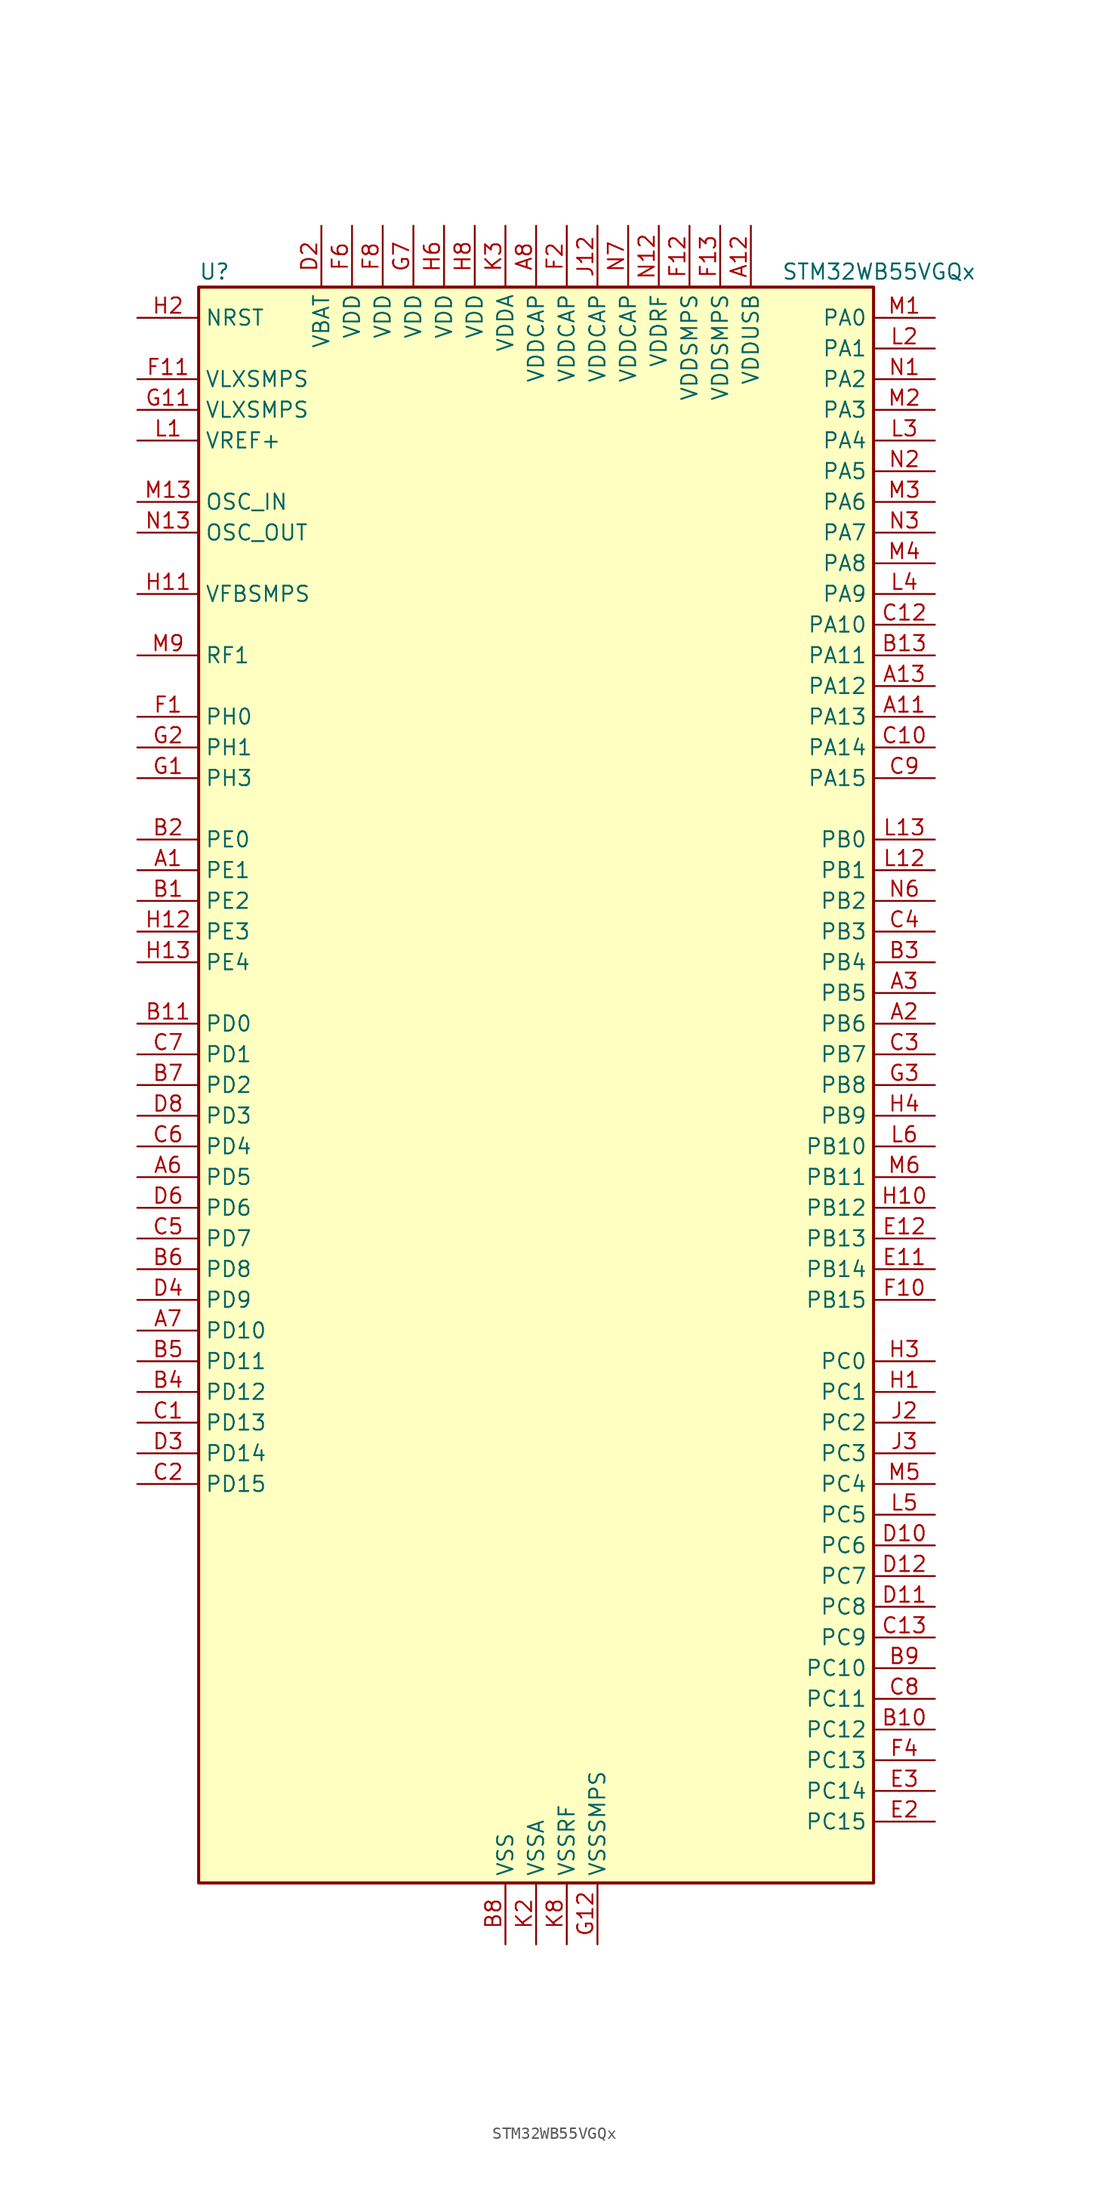
<source format=kicad_sym>
(kicad_symbol_lib
  (version 20220914)
  (generator kicad_symbol_editor)
  (symbol "STM32WB55VGQx"
    (property "Reference" "U"
      (at -27.94 67.31 0)
      (effects (font (size 1.27 1.27)) (justify left)))
    (property "Value" "STM32WB55VGQx"
      (at 20.32 67.31 0)
      (effects (font (size 1.27 1.27)) (justify left)))
    (property "ki_locked" ""
      (at 0 0 0)
      (effects (font (size 1.27 1.27))))
    (symbol "STM32WB55VGQx_0_1"
      (rectangle (start -27.94 -66.04) (end 27.94 66.04) (stroke (width 0.254) (type default)) (fill (type background))))
    (symbol "STM32WB55VGQx_1_1"
      (pin bidirectional line (at -33.02 17.78 0) (length 5.08) (name "PE1" (effects (font (size 1.27 1.27)))) (number "A1" (effects (font (size 1.27 1.27)))) (alternate "LCD_SEG37" bidirectional line) (alternate "TIM17_CH1" bidirectional line) (alternate "TSC_G7_IO2" bidirectional line))
      (pin bidirectional line (at 33.02 30.48 180) (length 5.08) (name "PA13" (effects (font (size 1.27 1.27)))) (number "A11" (effects (font (size 1.27 1.27)))) (alternate "IR_OUT" bidirectional line) (alternate "SAI1_SD_B" bidirectional line) (alternate "SYS_JTMS-SWDIO" bidirectional line) (alternate "USB_NOE" bidirectional line))
      (pin power_in line (at 17.78 71.12 270) (length 5.08) (name "VDDUSB" (effects (font (size 1.27 1.27)))) (number "A12" (effects (font (size 1.27 1.27)))))
      (pin bidirectional line (at 33.02 33.02 180) (length 5.08) (name "PA12" (effects (font (size 1.27 1.27)))) (number "A13" (effects (font (size 1.27 1.27)))) (alternate "LPUART1_RX" bidirectional line) (alternate "SPI1_MOSI" bidirectional line) (alternate "TIM1_ETR" bidirectional line) (alternate "USART1_DE" bidirectional line) (alternate "USART1_RTS" bidirectional line) (alternate "USB_DP" bidirectional line))
      (pin bidirectional line (at 33.02 5.08 180) (length 5.08) (name "PB6" (effects (font (size 1.27 1.27)))) (number "A2" (effects (font (size 1.27 1.27)))) (alternate "COMP2_INP" bidirectional line) (alternate "I2C1_SCL" bidirectional line) (alternate "LCD_SEG6" bidirectional line) (alternate "LPTIM1_ETR" bidirectional line) (alternate "RCC_MCO" bidirectional line) (alternate "SAI1_FS_B" bidirectional line) (alternate "TIM16_CH1N" bidirectional line) (alternate "TSC_G2_IO3" bidirectional line) (alternate "USART1_TX" bidirectional line))
      (pin bidirectional line (at 33.02 7.62 180) (length 5.08) (name "PB5" (effects (font (size 1.27 1.27)))) (number "A3" (effects (font (size 1.27 1.27)))) (alternate "COMP2_OUT" bidirectional line) (alternate "I2C1_SMBA" bidirectional line) (alternate "LCD_SEG9" bidirectional line) (alternate "LPTIM1_IN1" bidirectional line) (alternate "LPUART1_TX" bidirectional line) (alternate "SAI1_SD_B" bidirectional line) (alternate "SPI1_MOSI" bidirectional line) (alternate "TIM16_BKIN" bidirectional line) (alternate "TSC_G2_IO2" bidirectional line) (alternate "USART1_CK" bidirectional line))
      (pin bidirectional line (at -33.02 -7.62 0) (length 5.08) (name "PD5" (effects (font (size 1.27 1.27)))) (number "A6" (effects (font (size 1.27 1.27)))) (alternate "QUADSPI_BK1_IO1" bidirectional line) (alternate "SAI1_MCLK_B" bidirectional line) (alternate "TSC_G5_IO2" bidirectional line))
      (pin bidirectional line (at -33.02 -20.32 0) (length 5.08) (name "PD10" (effects (font (size 1.27 1.27)))) (number "A7" (effects (font (size 1.27 1.27)))) (alternate "LCD_SEG30" bidirectional line) (alternate "SYS_TRIG_INOUT" bidirectional line) (alternate "TSC_G6_IO1" bidirectional line))
      (pin power_in line (at 0 71.12 270) (length 5.08) (name "VDDCAP" (effects (font (size 1.27 1.27)))) (number "A8" (effects (font (size 1.27 1.27)))))
      (pin bidirectional line (at -33.02 15.24 0) (length 5.08) (name "PE2" (effects (font (size 1.27 1.27)))) (number "B1" (effects (font (size 1.27 1.27)))) (alternate "LCD_SEG38" bidirectional line) (alternate "SAI1_CK1" bidirectional line) (alternate "SAI1_MCLK_A" bidirectional line) (alternate "SYS_TRACECLK" bidirectional line) (alternate "TSC_G7_IO1" bidirectional line))
      (pin bidirectional line (at 33.02 -53.34 180) (length 5.08) (name "PC12" (effects (font (size 1.27 1.27)))) (number "B10" (effects (font (size 1.27 1.27)))) (alternate "LCD_COM6" bidirectional line) (alternate "LCD_SEG30" bidirectional line) (alternate "LCD_SEG42" bidirectional line) (alternate "RCC_LSCO" bidirectional line) (alternate "RTC_TAMP3" bidirectional line) (alternate "SYS_TRACED3" bidirectional line) (alternate "SYS_WKUP3" bidirectional line) (alternate "TSC_G3_IO4" bidirectional line))
      (pin bidirectional line (at -33.02 5.08 0) (length 5.08) (name "PD0" (effects (font (size 1.27 1.27)))) (number "B11" (effects (font (size 1.27 1.27)))) (alternate "SPI2_NSS" bidirectional line))
      (pin passive line (at -2.54 -71.12 90) (length 5.08) hide (name "VSS" (effects (font (size 1.27 1.27)))) (number "B12" (effects (font (size 1.27 1.27)))))
      (pin bidirectional line (at 33.02 35.56 180) (length 5.08) (name "PA11" (effects (font (size 1.27 1.27)))) (number "B13" (effects (font (size 1.27 1.27)))) (alternate "ADC1_EXTI11" bidirectional line) (alternate "SPI1_MISO" bidirectional line) (alternate "TIM1_BKIN2" bidirectional line) (alternate "TIM1_CH4" bidirectional line) (alternate "USART1_CTS" bidirectional line) (alternate "USART1_NSS" bidirectional line) (alternate "USB_DM" bidirectional line))
      (pin bidirectional line (at -33.02 20.32 0) (length 5.08) (name "PE0" (effects (font (size 1.27 1.27)))) (number "B2" (effects (font (size 1.27 1.27)))) (alternate "LCD_SEG36" bidirectional line) (alternate "TIM16_CH1" bidirectional line) (alternate "TIM1_ETR" bidirectional line) (alternate "TSC_G7_IO3" bidirectional line))
      (pin bidirectional line (at 33.02 10.16 180) (length 5.08) (name "PB4" (effects (font (size 1.27 1.27)))) (number "B3" (effects (font (size 1.27 1.27)))) (alternate "COMP2_INP" bidirectional line) (alternate "I2C3_SDA" bidirectional line) (alternate "LCD_SEG8" bidirectional line) (alternate "SAI1_MCLK_B" bidirectional line) (alternate "SPI1_MISO" bidirectional line) (alternate "SYS_JTRST" bidirectional line) (alternate "TIM17_BKIN" bidirectional line) (alternate "TSC_G2_IO1" bidirectional line) (alternate "USART1_CTS" bidirectional line) (alternate "USART1_NSS" bidirectional line))
      (pin bidirectional line (at -33.02 -25.4 0) (length 5.08) (name "PD12" (effects (font (size 1.27 1.27)))) (number "B4" (effects (font (size 1.27 1.27)))) (alternate "LCD_SEG32" bidirectional line) (alternate "LPTIM2_IN1" bidirectional line) (alternate "TSC_G6_IO3" bidirectional line))
      (pin bidirectional line (at -33.02 -22.86 0) (length 5.08) (name "PD11" (effects (font (size 1.27 1.27)))) (number "B5" (effects (font (size 1.27 1.27)))) (alternate "ADC1_EXTI11" bidirectional line) (alternate "LCD_SEG31" bidirectional line) (alternate "LPTIM2_ETR" bidirectional line) (alternate "TSC_G6_IO2" bidirectional line))
      (pin bidirectional line (at -33.02 -15.24 0) (length 5.08) (name "PD8" (effects (font (size 1.27 1.27)))) (number "B6" (effects (font (size 1.27 1.27)))) (alternate "LCD_SEG28" bidirectional line) (alternate "TIM1_BKIN2" bidirectional line))
      (pin bidirectional line (at -33.02 0 0) (length 5.08) (name "PD2" (effects (font (size 1.27 1.27)))) (number "B7" (effects (font (size 1.27 1.27)))) (alternate "LCD_COM7" bidirectional line) (alternate "LCD_SEG31" bidirectional line) (alternate "LCD_SEG43" bidirectional line) (alternate "SYS_TRACED2" bidirectional line) (alternate "TSC_SYNC" bidirectional line))
      (pin power_in line (at -2.54 -71.12 90) (length 5.08) (name "VSS" (effects (font (size 1.27 1.27)))) (number "B8" (effects (font (size 1.27 1.27)))))
      (pin bidirectional line (at 33.02 -48.26 180) (length 5.08) (name "PC10" (effects (font (size 1.27 1.27)))) (number "B9" (effects (font (size 1.27 1.27)))) (alternate "LCD_COM4" bidirectional line) (alternate "LCD_SEG28" bidirectional line) (alternate "LCD_SEG40" bidirectional line) (alternate "SYS_TRACED1" bidirectional line) (alternate "TSC_G3_IO2" bidirectional line))
      (pin bidirectional line (at -33.02 -27.94 0) (length 5.08) (name "PD13" (effects (font (size 1.27 1.27)))) (number "C1" (effects (font (size 1.27 1.27)))) (alternate "LCD_SEG33" bidirectional line) (alternate "LPTIM2_OUT" bidirectional line) (alternate "TSC_G6_IO4" bidirectional line))
      (pin bidirectional line (at 33.02 27.94 180) (length 5.08) (name "PA14" (effects (font (size 1.27 1.27)))) (number "C10" (effects (font (size 1.27 1.27)))) (alternate "I2C1_SMBA" bidirectional line) (alternate "LCD_SEG5" bidirectional line) (alternate "LPTIM1_OUT" bidirectional line) (alternate "SAI1_FS_B" bidirectional line) (alternate "SYS_JTCK-SWCLK" bidirectional line))
      (pin passive line (at -2.54 -71.12 90) (length 5.08) hide (name "VSS" (effects (font (size 1.27 1.27)))) (number "C11" (effects (font (size 1.27 1.27)))))
      (pin bidirectional line (at 33.02 38.1 180) (length 5.08) (name "PA10" (effects (font (size 1.27 1.27)))) (number "C12" (effects (font (size 1.27 1.27)))) (alternate "CRS_SYNC" bidirectional line) (alternate "I2C1_SDA" bidirectional line) (alternate "LCD_COM2" bidirectional line) (alternate "SAI1_D1" bidirectional line) (alternate "SAI1_SD_A" bidirectional line) (alternate "TIM17_BKIN" bidirectional line) (alternate "TIM1_CH3" bidirectional line) (alternate "USART1_RX" bidirectional line))
      (pin bidirectional line (at 33.02 -45.72 180) (length 5.08) (name "PC9" (effects (font (size 1.27 1.27)))) (number "C13" (effects (font (size 1.27 1.27)))) (alternate "LCD_SEG27" bidirectional line) (alternate "SAI1_SCK_B" bidirectional line) (alternate "TIM1_BKIN" bidirectional line) (alternate "TSC_G4_IO4" bidirectional line) (alternate "USB_NOE" bidirectional line))
      (pin bidirectional line (at -33.02 -33.02 0) (length 5.08) (name "PD15" (effects (font (size 1.27 1.27)))) (number "C2" (effects (font (size 1.27 1.27)))) (alternate "ADC1_EXTI15" bidirectional line) (alternate "LCD_SEG35" bidirectional line) (alternate "TIM1_CH2" bidirectional line))
      (pin bidirectional line (at 33.02 2.54 180) (length 5.08) (name "PB7" (effects (font (size 1.27 1.27)))) (number "C3" (effects (font (size 1.27 1.27)))) (alternate "COMP2_INM" bidirectional line) (alternate "I2C1_SDA" bidirectional line) (alternate "LCD_SEG21" bidirectional line) (alternate "LPTIM1_IN2" bidirectional line) (alternate "SYS_PVD_IN" bidirectional line) (alternate "TIM17_CH1N" bidirectional line) (alternate "TIM1_BKIN" bidirectional line) (alternate "TSC_G2_IO4" bidirectional line) (alternate "USART1_RX" bidirectional line))
      (pin bidirectional line (at 33.02 12.7 180) (length 5.08) (name "PB3" (effects (font (size 1.27 1.27)))) (number "C4" (effects (font (size 1.27 1.27)))) (alternate "COMP2_INM" bidirectional line) (alternate "LCD_SEG7" bidirectional line) (alternate "SAI1_SCK_B" bidirectional line) (alternate "SPI1_SCK" bidirectional line) (alternate "SYS_JTDO-SWO" bidirectional line) (alternate "TIM2_CH2" bidirectional line) (alternate "USART1_DE" bidirectional line) (alternate "USART1_RTS" bidirectional line))
      (pin bidirectional line (at -33.02 -12.7 0) (length 5.08) (name "PD7" (effects (font (size 1.27 1.27)))) (number "C5" (effects (font (size 1.27 1.27)))) (alternate "LCD_SEG39" bidirectional line) (alternate "QUADSPI_BK1_IO3" bidirectional line) (alternate "TSC_G5_IO4" bidirectional line))
      (pin bidirectional line (at -33.02 -5.08 0) (length 5.08) (name "PD4" (effects (font (size 1.27 1.27)))) (number "C6" (effects (font (size 1.27 1.27)))) (alternate "QUADSPI_BK1_IO0" bidirectional line) (alternate "SPI2_MOSI" bidirectional line) (alternate "TSC_G5_IO1" bidirectional line))
      (pin bidirectional line (at -33.02 2.54 0) (length 5.08) (name "PD1" (effects (font (size 1.27 1.27)))) (number "C7" (effects (font (size 1.27 1.27)))) (alternate "SPI2_SCK" bidirectional line))
      (pin bidirectional line (at 33.02 -50.8 180) (length 5.08) (name "PC11" (effects (font (size 1.27 1.27)))) (number "C8" (effects (font (size 1.27 1.27)))) (alternate "ADC1_EXTI11" bidirectional line) (alternate "LCD_COM5" bidirectional line) (alternate "LCD_SEG29" bidirectional line) (alternate "LCD_SEG41" bidirectional line) (alternate "TSC_G3_IO3" bidirectional line))
      (pin bidirectional line (at 33.02 25.4 180) (length 5.08) (name "PA15" (effects (font (size 1.27 1.27)))) (number "C9" (effects (font (size 1.27 1.27)))) (alternate "ADC1_EXTI15" bidirectional line) (alternate "LCD_SEG17" bidirectional line) (alternate "RCC_MCO" bidirectional line) (alternate "SPI1_NSS" bidirectional line) (alternate "SYS_JTDI" bidirectional line) (alternate "TIM2_CH1" bidirectional line) (alternate "TIM2_ETR" bidirectional line) (alternate "TSC_G3_IO1" bidirectional line))
      (pin bidirectional line (at 33.02 -38.1 180) (length 5.08) (name "PC6" (effects (font (size 1.27 1.27)))) (number "D10" (effects (font (size 1.27 1.27)))) (alternate "LCD_SEG24" bidirectional line) (alternate "TSC_G4_IO1" bidirectional line))
      (pin bidirectional line (at 33.02 -43.18 180) (length 5.08) (name "PC8" (effects (font (size 1.27 1.27)))) (number "D11" (effects (font (size 1.27 1.27)))) (alternate "LCD_SEG26" bidirectional line) (alternate "TSC_G4_IO3" bidirectional line))
      (pin bidirectional line (at 33.02 -40.64 180) (length 5.08) (name "PC7" (effects (font (size 1.27 1.27)))) (number "D12" (effects (font (size 1.27 1.27)))) (alternate "LCD_SEG25" bidirectional line) (alternate "TSC_G4_IO2" bidirectional line))
      (pin power_in line (at -17.78 71.12 270) (length 5.08) (name "VBAT" (effects (font (size 1.27 1.27)))) (number "D2" (effects (font (size 1.27 1.27)))))
      (pin bidirectional line (at -33.02 -30.48 0) (length 5.08) (name "PD14" (effects (font (size 1.27 1.27)))) (number "D3" (effects (font (size 1.27 1.27)))) (alternate "LCD_SEG34" bidirectional line) (alternate "TIM1_CH1" bidirectional line))
      (pin bidirectional line (at -33.02 -17.78 0) (length 5.08) (name "PD9" (effects (font (size 1.27 1.27)))) (number "D4" (effects (font (size 1.27 1.27)))) (alternate "LCD_SEG29" bidirectional line) (alternate "SYS_TRACED0" bidirectional line))
      (pin bidirectional line (at -33.02 -10.16 0) (length 5.08) (name "PD6" (effects (font (size 1.27 1.27)))) (number "D6" (effects (font (size 1.27 1.27)))) (alternate "QUADSPI_BK1_IO2" bidirectional line) (alternate "SAI1_D1" bidirectional line) (alternate "SAI1_SD_A" bidirectional line) (alternate "TSC_G5_IO3" bidirectional line))
      (pin bidirectional line (at -33.02 -2.54 0) (length 5.08) (name "PD3" (effects (font (size 1.27 1.27)))) (number "D8" (effects (font (size 1.27 1.27)))) (alternate "QUADSPI_BK1_NCS" bidirectional line) (alternate "SPI2_MISO" bidirectional line) (alternate "SPI2_SCK" bidirectional line))
      (pin bidirectional line (at 33.02 -15.24 180) (length 5.08) (name "PB14" (effects (font (size 1.27 1.27)))) (number "E11" (effects (font (size 1.27 1.27)))) (alternate "I2C3_SDA" bidirectional line) (alternate "LCD_SEG14" bidirectional line) (alternate "SAI1_MCLK_A" bidirectional line) (alternate "SPI2_MISO" bidirectional line) (alternate "TIM1_CH2N" bidirectional line) (alternate "TSC_G1_IO3" bidirectional line))
      (pin bidirectional line (at 33.02 -12.7 180) (length 5.08) (name "PB13" (effects (font (size 1.27 1.27)))) (number "E12" (effects (font (size 1.27 1.27)))) (alternate "I2C3_SCL" bidirectional line) (alternate "LCD_SEG13" bidirectional line) (alternate "LPUART1_CTS" bidirectional line) (alternate "SAI1_SCK_A" bidirectional line) (alternate "SPI2_SCK" bidirectional line) (alternate "TIM1_CH1N" bidirectional line) (alternate "TSC_G1_IO2" bidirectional line))
      (pin bidirectional line (at 33.02 -60.96 180) (length 5.08) (name "PC15" (effects (font (size 1.27 1.27)))) (number "E2" (effects (font (size 1.27 1.27)))) (alternate "ADC1_EXTI15" bidirectional line) (alternate "RCC_OSC32_OUT" bidirectional line))
      (pin bidirectional line (at 33.02 -58.42 180) (length 5.08) (name "PC14" (effects (font (size 1.27 1.27)))) (number "E3" (effects (font (size 1.27 1.27)))) (alternate "RCC_OSC32_IN" bidirectional line))
      (pin passive line (at -2.54 -71.12 90) (length 5.08) hide (name "VSS" (effects (font (size 1.27 1.27)))) (number "E5" (effects (font (size 1.27 1.27)))))
      (pin passive line (at -2.54 -71.12 90) (length 5.08) hide (name "VSS" (effects (font (size 1.27 1.27)))) (number "E7" (effects (font (size 1.27 1.27)))))
      (pin passive line (at -2.54 -71.12 90) (length 5.08) hide (name "VSS" (effects (font (size 1.27 1.27)))) (number "E9" (effects (font (size 1.27 1.27)))))
      (pin bidirectional line (at -33.02 30.48 0) (length 5.08) (name "PH0" (effects (font (size 1.27 1.27)))) (number "F1" (effects (font (size 1.27 1.27)))))
      (pin bidirectional line (at 33.02 -17.78 180) (length 5.08) (name "PB15" (effects (font (size 1.27 1.27)))) (number "F10" (effects (font (size 1.27 1.27)))) (alternate "ADC1_EXTI15" bidirectional line) (alternate "LCD_SEG15" bidirectional line) (alternate "RTC_REFIN" bidirectional line) (alternate "SAI1_SD_A" bidirectional line) (alternate "SPI2_MOSI" bidirectional line) (alternate "TIM1_CH3N" bidirectional line) (alternate "TSC_G1_IO4" bidirectional line))
      (pin power_in line (at -33.02 58.42 0) (length 5.08) (name "VLXSMPS" (effects (font (size 1.27 1.27)))) (number "F11" (effects (font (size 1.27 1.27)))))
      (pin power_in line (at 12.7 71.12 270) (length 5.08) (name "VDDSMPS" (effects (font (size 1.27 1.27)))) (number "F12" (effects (font (size 1.27 1.27)))))
      (pin power_in line (at 15.24 71.12 270) (length 5.08) (name "VDDSMPS" (effects (font (size 1.27 1.27)))) (number "F13" (effects (font (size 1.27 1.27)))))
      (pin power_in line (at 2.54 71.12 270) (length 5.08) (name "VDDCAP" (effects (font (size 1.27 1.27)))) (number "F2" (effects (font (size 1.27 1.27)))))
      (pin passive line (at -2.54 -71.12 90) (length 5.08) hide (name "VSS" (effects (font (size 1.27 1.27)))) (number "F3" (effects (font (size 1.27 1.27)))))
      (pin bidirectional line (at 33.02 -55.88 180) (length 5.08) (name "PC13" (effects (font (size 1.27 1.27)))) (number "F4" (effects (font (size 1.27 1.27)))) (alternate "RTC_OUT1" bidirectional line) (alternate "RTC_TAMP1" bidirectional line) (alternate "RTC_TS" bidirectional line) (alternate "SYS_WKUP2" bidirectional line))
      (pin power_in line (at -15.24 71.12 270) (length 5.08) (name "VDD" (effects (font (size 1.27 1.27)))) (number "F6" (effects (font (size 1.27 1.27)))))
      (pin power_in line (at -12.7 71.12 270) (length 5.08) (name "VDD" (effects (font (size 1.27 1.27)))) (number "F8" (effects (font (size 1.27 1.27)))))
      (pin bidirectional line (at -33.02 25.4 0) (length 5.08) (name "PH3" (effects (font (size 1.27 1.27)))) (number "G1" (effects (font (size 1.27 1.27)))) (alternate "RCC_LSCO" bidirectional line))
      (pin power_in line (at -33.02 55.88 0) (length 5.08) (name "VLXSMPS" (effects (font (size 1.27 1.27)))) (number "G11" (effects (font (size 1.27 1.27)))))
      (pin power_in line (at 5.08 -71.12 90) (length 5.08) (name "VSSSMPS" (effects (font (size 1.27 1.27)))) (number "G12" (effects (font (size 1.27 1.27)))))
      (pin passive line (at 5.08 -71.12 90) (length 5.08) hide (name "VSSSMPS" (effects (font (size 1.27 1.27)))) (number "G13" (effects (font (size 1.27 1.27)))))
      (pin bidirectional line (at -33.02 27.94 0) (length 5.08) (name "PH1" (effects (font (size 1.27 1.27)))) (number "G2" (effects (font (size 1.27 1.27)))))
      (pin bidirectional line (at 33.02 0 180) (length 5.08) (name "PB8" (effects (font (size 1.27 1.27)))) (number "G3" (effects (font (size 1.27 1.27)))) (alternate "I2C1_SCL" bidirectional line) (alternate "LCD_SEG16" bidirectional line) (alternate "QUADSPI_BK1_IO1" bidirectional line) (alternate "SAI1_CK1" bidirectional line) (alternate "SAI1_MCLK_A" bidirectional line) (alternate "TIM16_CH1" bidirectional line) (alternate "TIM1_CH2N" bidirectional line))
      (pin passive line (at -2.54 -71.12 90) (length 5.08) hide (name "VSS" (effects (font (size 1.27 1.27)))) (number "G5" (effects (font (size 1.27 1.27)))))
      (pin power_in line (at -10.16 71.12 270) (length 5.08) (name "VDD" (effects (font (size 1.27 1.27)))) (number "G7" (effects (font (size 1.27 1.27)))))
      (pin passive line (at -2.54 -71.12 90) (length 5.08) hide (name "VSS" (effects (font (size 1.27 1.27)))) (number "G9" (effects (font (size 1.27 1.27)))))
      (pin bidirectional line (at 33.02 -25.4 180) (length 5.08) (name "PC1" (effects (font (size 1.27 1.27)))) (number "H1" (effects (font (size 1.27 1.27)))) (alternate "ADC1_IN2" bidirectional line) (alternate "I2C3_SDA" bidirectional line) (alternate "LCD_SEG19" bidirectional line) (alternate "LPTIM1_OUT" bidirectional line) (alternate "LPUART1_TX" bidirectional line) (alternate "SPI2_MOSI" bidirectional line))
      (pin bidirectional line (at 33.02 -10.16 180) (length 5.08) (name "PB12" (effects (font (size 1.27 1.27)))) (number "H10" (effects (font (size 1.27 1.27)))) (alternate "I2C3_SMBA" bidirectional line) (alternate "LCD_SEG12" bidirectional line) (alternate "LPUART1_DE" bidirectional line) (alternate "LPUART1_RTS" bidirectional line) (alternate "SAI1_FS_A" bidirectional line) (alternate "SPI2_NSS" bidirectional line) (alternate "TIM1_BKIN" bidirectional line) (alternate "TSC_G1_IO1" bidirectional line))
      (pin input line (at -33.02 40.64 0) (length 5.08) (name "VFBSMPS" (effects (font (size 1.27 1.27)))) (number "H11" (effects (font (size 1.27 1.27)))))
      (pin bidirectional line (at -33.02 12.7 0) (length 5.08) (name "PE3" (effects (font (size 1.27 1.27)))) (number "H12" (effects (font (size 1.27 1.27)))))
      (pin bidirectional line (at -33.02 10.16 0) (length 5.08) (name "PE4" (effects (font (size 1.27 1.27)))) (number "H13" (effects (font (size 1.27 1.27)))))
      (pin input line (at -33.02 63.5 0) (length 5.08) (name "NRST" (effects (font (size 1.27 1.27)))) (number "H2" (effects (font (size 1.27 1.27)))))
      (pin bidirectional line (at 33.02 -22.86 180) (length 5.08) (name "PC0" (effects (font (size 1.27 1.27)))) (number "H3" (effects (font (size 1.27 1.27)))) (alternate "ADC1_IN1" bidirectional line) (alternate "I2C3_SCL" bidirectional line) (alternate "LCD_SEG18" bidirectional line) (alternate "LPTIM1_IN1" bidirectional line) (alternate "LPTIM2_IN1" bidirectional line) (alternate "LPUART1_RX" bidirectional line))
      (pin bidirectional line (at 33.02 -2.54 180) (length 5.08) (name "PB9" (effects (font (size 1.27 1.27)))) (number "H4" (effects (font (size 1.27 1.27)))) (alternate "I2C1_SDA" bidirectional line) (alternate "IR_OUT" bidirectional line) (alternate "LCD_COM3" bidirectional line) (alternate "QUADSPI_BK1_IO0" bidirectional line) (alternate "SAI1_D2" bidirectional line) (alternate "SAI1_FS_A" bidirectional line) (alternate "SPI2_NSS" bidirectional line) (alternate "TIM17_CH1" bidirectional line) (alternate "TIM1_CH3N" bidirectional line) (alternate "TSC_G7_IO4" bidirectional line))
      (pin power_in line (at -7.62 71.12 270) (length 5.08) (name "VDD" (effects (font (size 1.27 1.27)))) (number "H6" (effects (font (size 1.27 1.27)))))
      (pin power_in line (at -5.08 71.12 270) (length 5.08) (name "VDD" (effects (font (size 1.27 1.27)))) (number "H8" (effects (font (size 1.27 1.27)))))
      (pin passive line (at -2.54 -71.12 90) (length 5.08) hide (name "VSS" (effects (font (size 1.27 1.27)))) (number "J11" (effects (font (size 1.27 1.27)))))
      (pin power_in line (at 5.08 71.12 270) (length 5.08) (name "VDDCAP" (effects (font (size 1.27 1.27)))) (number "J12" (effects (font (size 1.27 1.27)))))
      (pin bidirectional line (at 33.02 -27.94 180) (length 5.08) (name "PC2" (effects (font (size 1.27 1.27)))) (number "J2" (effects (font (size 1.27 1.27)))) (alternate "ADC1_IN3" bidirectional line) (alternate "LCD_SEG20" bidirectional line) (alternate "LPTIM1_IN2" bidirectional line) (alternate "SPI2_MISO" bidirectional line))
      (pin bidirectional line (at 33.02 -30.48 180) (length 5.08) (name "PC3" (effects (font (size 1.27 1.27)))) (number "J3" (effects (font (size 1.27 1.27)))) (alternate "ADC1_IN4" bidirectional line) (alternate "LCD_VLCD" bidirectional line) (alternate "LPTIM1_ETR" bidirectional line) (alternate "LPTIM2_ETR" bidirectional line) (alternate "SAI1_D1" bidirectional line) (alternate "SAI1_SD_A" bidirectional line) (alternate "SPI2_MOSI" bidirectional line))
      (pin passive line (at -2.54 -71.12 90) (length 5.08) hide (name "VSS" (effects (font (size 1.27 1.27)))) (number "J5" (effects (font (size 1.27 1.27)))))
      (pin passive line (at -2.54 -71.12 90) (length 5.08) hide (name "VSS" (effects (font (size 1.27 1.27)))) (number "J7" (effects (font (size 1.27 1.27)))))
      (pin passive line (at -2.54 -71.12 90) (length 5.08) hide (name "VSS" (effects (font (size 1.27 1.27)))) (number "J9" (effects (font (size 1.27 1.27)))))
      (pin passive line (at 2.54 -71.12 90) (length 5.08) hide (name "VSSRF" (effects (font (size 1.27 1.27)))) (number "K10" (effects (font (size 1.27 1.27)))))
      (pin no_connect line (at -27.94 -66.04 0) (length 5.08) hide (name "AT0" (effects (font (size 1.27 1.27)))) (number "K11" (effects (font (size 1.27 1.27)))))
      (pin no_connect line (at -27.94 -63.5 0) (length 5.08) hide (name "AT1" (effects (font (size 1.27 1.27)))) (number "K12" (effects (font (size 1.27 1.27)))))
      (pin power_in line (at 0 -71.12 90) (length 5.08) (name "VSSA" (effects (font (size 1.27 1.27)))) (number "K2" (effects (font (size 1.27 1.27)))))
      (pin power_in line (at -2.54 71.12 270) (length 5.08) (name "VDDA" (effects (font (size 1.27 1.27)))) (number "K3" (effects (font (size 1.27 1.27)))))
      (pin passive line (at -2.54 -71.12 90) (length 5.08) hide (name "VSS" (effects (font (size 1.27 1.27)))) (number "K4" (effects (font (size 1.27 1.27)))))
      (pin passive line (at -2.54 -71.12 90) (length 5.08) hide (name "VSS" (effects (font (size 1.27 1.27)))) (number "K6" (effects (font (size 1.27 1.27)))))
      (pin power_in line (at 2.54 -71.12 90) (length 5.08) (name "VSSRF" (effects (font (size 1.27 1.27)))) (number "K8" (effects (font (size 1.27 1.27)))))
      (pin input line (at -33.02 53.34 0) (length 5.08) (name "VREF+" (effects (font (size 1.27 1.27)))) (number "L1" (effects (font (size 1.27 1.27)))) (alternate "VREFBUF_OUT" bidirectional line))
      (pin passive line (at 2.54 -71.12 90) (length 5.08) hide (name "VSSRF" (effects (font (size 1.27 1.27)))) (number "L10" (effects (font (size 1.27 1.27)))))
      (pin passive line (at 2.54 -71.12 90) (length 5.08) hide (name "VSSRF" (effects (font (size 1.27 1.27)))) (number "L11" (effects (font (size 1.27 1.27)))))
      (pin bidirectional line (at 33.02 17.78 180) (length 5.08) (name "PB1" (effects (font (size 1.27 1.27)))) (number "L12" (effects (font (size 1.27 1.27)))) (alternate "LPTIM2_IN1" bidirectional line) (alternate "LPUART1_DE" bidirectional line) (alternate "LPUART1_RTS" bidirectional line))
      (pin bidirectional line (at 33.02 20.32 180) (length 5.08) (name "PB0" (effects (font (size 1.27 1.27)))) (number "L13" (effects (font (size 1.27 1.27)))) (alternate "COMP1_OUT" bidirectional line) (alternate "RF_TX_MOD_EXT_PA" bidirectional line))
      (pin bidirectional line (at 33.02 60.96 180) (length 5.08) (name "PA1" (effects (font (size 1.27 1.27)))) (number "L2" (effects (font (size 1.27 1.27)))) (alternate "ADC1_IN6" bidirectional line) (alternate "COMP1_INP" bidirectional line) (alternate "I2C1_SMBA" bidirectional line) (alternate "LCD_SEG0" bidirectional line) (alternate "SPI1_SCK" bidirectional line) (alternate "TIM2_CH2" bidirectional line))
      (pin bidirectional line (at 33.02 53.34 180) (length 5.08) (name "PA4" (effects (font (size 1.27 1.27)))) (number "L3" (effects (font (size 1.27 1.27)))) (alternate "ADC1_IN9" bidirectional line) (alternate "COMP1_INM" bidirectional line) (alternate "COMP2_INM" bidirectional line) (alternate "LCD_SEG5" bidirectional line) (alternate "LPTIM2_OUT" bidirectional line) (alternate "SAI1_FS_B" bidirectional line) (alternate "SPI1_NSS" bidirectional line))
      (pin bidirectional line (at 33.02 40.64 180) (length 5.08) (name "PA9" (effects (font (size 1.27 1.27)))) (number "L4" (effects (font (size 1.27 1.27)))) (alternate "ADC1_IN16" bidirectional line) (alternate "COMP1_INM" bidirectional line) (alternate "I2C1_SCL" bidirectional line) (alternate "LCD_COM1" bidirectional line) (alternate "SAI1_D2" bidirectional line) (alternate "SAI1_FS_A" bidirectional line) (alternate "SPI2_SCK" bidirectional line) (alternate "TIM1_CH2" bidirectional line) (alternate "USART1_TX" bidirectional line))
      (pin bidirectional line (at 33.02 -35.56 180) (length 5.08) (name "PC5" (effects (font (size 1.27 1.27)))) (number "L5" (effects (font (size 1.27 1.27)))) (alternate "ADC1_IN14" bidirectional line) (alternate "COMP1_INP" bidirectional line) (alternate "LCD_SEG23" bidirectional line) (alternate "SAI1_D3" bidirectional line) (alternate "SYS_WKUP5" bidirectional line))
      (pin bidirectional line (at 33.02 -5.08 180) (length 5.08) (name "PB10" (effects (font (size 1.27 1.27)))) (number "L6" (effects (font (size 1.27 1.27)))) (alternate "COMP1_OUT" bidirectional line) (alternate "I2C3_SCL" bidirectional line) (alternate "LCD_SEG10" bidirectional line) (alternate "LPUART1_RX" bidirectional line) (alternate "QUADSPI_CLK" bidirectional line) (alternate "SAI1_SCK_A" bidirectional line) (alternate "SPI2_SCK" bidirectional line) (alternate "TIM2_CH3" bidirectional line) (alternate "TSC_SYNC" bidirectional line))
      (pin passive line (at 2.54 -71.12 90) (length 5.08) hide (name "VSSRF" (effects (font (size 1.27 1.27)))) (number "L7" (effects (font (size 1.27 1.27)))))
      (pin passive line (at 2.54 -71.12 90) (length 5.08) hide (name "VSSRF" (effects (font (size 1.27 1.27)))) (number "L8" (effects (font (size 1.27 1.27)))))
      (pin passive line (at 2.54 -71.12 90) (length 5.08) hide (name "VSSRF" (effects (font (size 1.27 1.27)))) (number "L9" (effects (font (size 1.27 1.27)))))
      (pin bidirectional line (at 33.02 63.5 180) (length 5.08) (name "PA0" (effects (font (size 1.27 1.27)))) (number "M1" (effects (font (size 1.27 1.27)))) (alternate "ADC1_IN5" bidirectional line) (alternate "COMP1_INM" bidirectional line) (alternate "COMP1_OUT" bidirectional line) (alternate "RTC_TAMP2" bidirectional line) (alternate "SAI1_EXTCLK" bidirectional line) (alternate "SYS_WKUP1" bidirectional line) (alternate "TIM2_CH1" bidirectional line) (alternate "TIM2_ETR" bidirectional line))
      (pin passive line (at 2.54 -71.12 90) (length 5.08) hide (name "VSSRF" (effects (font (size 1.27 1.27)))) (number "M10" (effects (font (size 1.27 1.27)))))
      (pin passive line (at 2.54 -71.12 90) (length 5.08) hide (name "VSSRF" (effects (font (size 1.27 1.27)))) (number "M11" (effects (font (size 1.27 1.27)))))
      (pin passive line (at 2.54 -71.12 90) (length 5.08) hide (name "VSSRF" (effects (font (size 1.27 1.27)))) (number "M12" (effects (font (size 1.27 1.27)))))
      (pin input line (at -33.02 48.26 0) (length 5.08) (name "OSC_IN" (effects (font (size 1.27 1.27)))) (number "M13" (effects (font (size 1.27 1.27)))) (alternate "RCC_OSC_IN" bidirectional line))
      (pin bidirectional line (at 33.02 55.88 180) (length 5.08) (name "PA3" (effects (font (size 1.27 1.27)))) (number "M2" (effects (font (size 1.27 1.27)))) (alternate "ADC1_IN8" bidirectional line) (alternate "COMP2_INP" bidirectional line) (alternate "LCD_SEG2" bidirectional line) (alternate "LPUART1_RX" bidirectional line) (alternate "QUADSPI_CLK" bidirectional line) (alternate "SAI1_CK1" bidirectional line) (alternate "SAI1_MCLK_A" bidirectional line) (alternate "TIM2_CH4" bidirectional line))
      (pin bidirectional line (at 33.02 48.26 180) (length 5.08) (name "PA6" (effects (font (size 1.27 1.27)))) (number "M3" (effects (font (size 1.27 1.27)))) (alternate "ADC1_IN11" bidirectional line) (alternate "LCD_SEG3" bidirectional line) (alternate "LPUART1_CTS" bidirectional line) (alternate "QUADSPI_BK1_IO3" bidirectional line) (alternate "SPI1_MISO" bidirectional line) (alternate "TIM16_CH1" bidirectional line) (alternate "TIM1_BKIN" bidirectional line))
      (pin bidirectional line (at 33.02 43.18 180) (length 5.08) (name "PA8" (effects (font (size 1.27 1.27)))) (number "M4" (effects (font (size 1.27 1.27)))) (alternate "ADC1_IN15" bidirectional line) (alternate "LCD_COM0" bidirectional line) (alternate "LPTIM2_OUT" bidirectional line) (alternate "RCC_MCO" bidirectional line) (alternate "SAI1_CK2" bidirectional line) (alternate "SAI1_SCK_A" bidirectional line) (alternate "TIM1_CH1" bidirectional line) (alternate "USART1_CK" bidirectional line))
      (pin bidirectional line (at 33.02 -33.02 180) (length 5.08) (name "PC4" (effects (font (size 1.27 1.27)))) (number "M5" (effects (font (size 1.27 1.27)))) (alternate "ADC1_IN13" bidirectional line) (alternate "COMP1_INM" bidirectional line) (alternate "LCD_SEG22" bidirectional line))
      (pin bidirectional line (at 33.02 -7.62 180) (length 5.08) (name "PB11" (effects (font (size 1.27 1.27)))) (number "M6" (effects (font (size 1.27 1.27)))) (alternate "ADC1_EXTI11" bidirectional line) (alternate "COMP2_OUT" bidirectional line) (alternate "I2C3_SDA" bidirectional line) (alternate "LCD_SEG11" bidirectional line) (alternate "LPUART1_TX" bidirectional line) (alternate "QUADSPI_BK1_NCS" bidirectional line) (alternate "TIM2_CH4" bidirectional line))
      (pin passive line (at -2.54 -71.12 90) (length 5.08) hide (name "VSS" (effects (font (size 1.27 1.27)))) (number "M7" (effects (font (size 1.27 1.27)))))
      (pin passive line (at 2.54 -71.12 90) (length 5.08) hide (name "VSSRF" (effects (font (size 1.27 1.27)))) (number "M8" (effects (font (size 1.27 1.27)))))
      (pin bidirectional line (at -33.02 35.56 0) (length 5.08) (name "RF1" (effects (font (size 1.27 1.27)))) (number "M9" (effects (font (size 1.27 1.27)))) (alternate "RF_RF1" bidirectional line))
      (pin bidirectional line (at 33.02 58.42 180) (length 5.08) (name "PA2" (effects (font (size 1.27 1.27)))) (number "N1" (effects (font (size 1.27 1.27)))) (alternate "ADC1_IN7" bidirectional line) (alternate "COMP2_INM" bidirectional line) (alternate "COMP2_OUT" bidirectional line) (alternate "LCD_SEG1" bidirectional line) (alternate "LPUART1_TX" bidirectional line) (alternate "QUADSPI_BK1_NCS" bidirectional line) (alternate "RCC_LSCO" bidirectional line) (alternate "SYS_WKUP4" bidirectional line) (alternate "TIM2_CH3" bidirectional line))
      (pin passive line (at 2.54 -71.12 90) (length 5.08) hide (name "VSSRF" (effects (font (size 1.27 1.27)))) (number "N11" (effects (font (size 1.27 1.27)))))
      (pin power_in line (at 10.16 71.12 270) (length 5.08) (name "VDDRF" (effects (font (size 1.27 1.27)))) (number "N12" (effects (font (size 1.27 1.27)))))
      (pin input line (at -33.02 45.72 0) (length 5.08) (name "OSC_OUT" (effects (font (size 1.27 1.27)))) (number "N13" (effects (font (size 1.27 1.27)))) (alternate "RCC_OSC_OUT" bidirectional line))
      (pin bidirectional line (at 33.02 50.8 180) (length 5.08) (name "PA5" (effects (font (size 1.27 1.27)))) (number "N2" (effects (font (size 1.27 1.27)))) (alternate "ADC1_IN10" bidirectional line) (alternate "COMP1_INM" bidirectional line) (alternate "COMP2_INM" bidirectional line) (alternate "LPTIM2_ETR" bidirectional line) (alternate "SAI1_SD_B" bidirectional line) (alternate "SPI1_SCK" bidirectional line) (alternate "TIM2_CH1" bidirectional line) (alternate "TIM2_ETR" bidirectional line))
      (pin bidirectional line (at 33.02 45.72 180) (length 5.08) (name "PA7" (effects (font (size 1.27 1.27)))) (number "N3" (effects (font (size 1.27 1.27)))) (alternate "ADC1_IN12" bidirectional line) (alternate "COMP2_OUT" bidirectional line) (alternate "I2C3_SCL" bidirectional line) (alternate "LCD_SEG4" bidirectional line) (alternate "QUADSPI_BK1_IO2" bidirectional line) (alternate "SPI1_MOSI" bidirectional line) (alternate "TIM17_CH1" bidirectional line) (alternate "TIM1_CH1N" bidirectional line))
      (pin bidirectional line (at 33.02 15.24 180) (length 5.08) (name "PB2" (effects (font (size 1.27 1.27)))) (number "N6" (effects (font (size 1.27 1.27)))) (alternate "COMP1_INP" bidirectional line) (alternate "I2C3_SMBA" bidirectional line) (alternate "LCD_VLCD" bidirectional line) (alternate "LPTIM1_OUT" bidirectional line) (alternate "RTC_OUT2" bidirectional line) (alternate "SAI1_EXTCLK" bidirectional line) (alternate "SPI1_NSS" bidirectional line))
      (pin power_in line (at 7.62 71.12 270) (length 5.08) (name "VDDCAP" (effects (font (size 1.27 1.27)))) (number "N7" (effects (font (size 1.27 1.27)))))
      (pin passive line (at 2.54 -71.12 90) (length 5.08) hide (name "VSSRF" (effects (font (size 1.27 1.27)))) (number "N8" (effects (font (size 1.27 1.27))))))))
</source>
